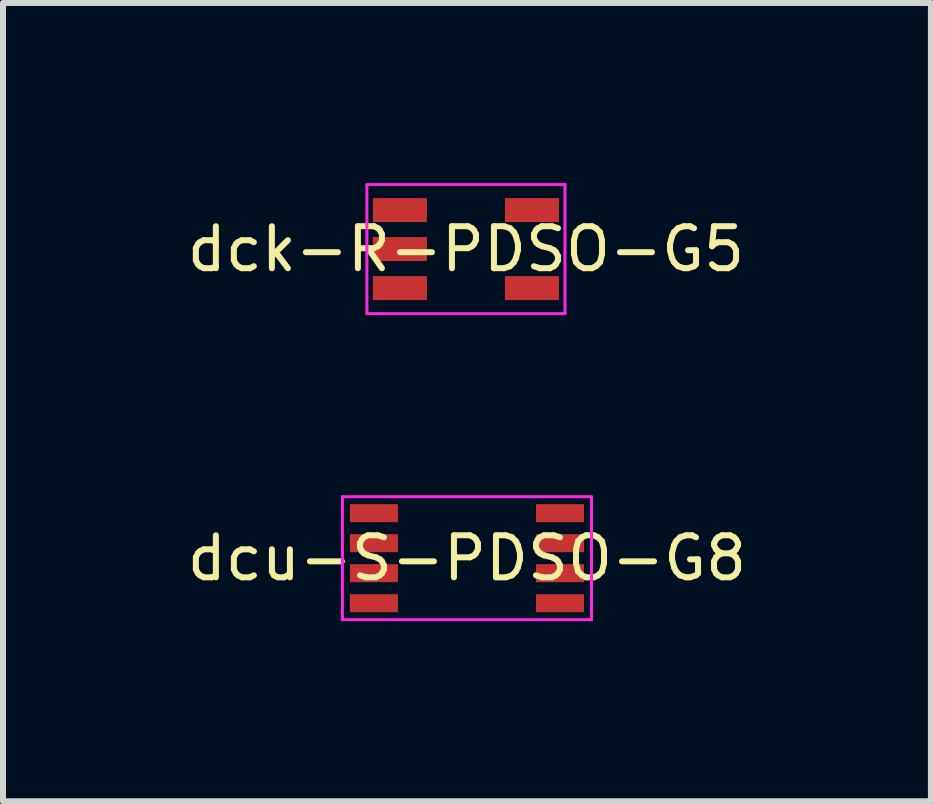
<source format=kicad_pcb>
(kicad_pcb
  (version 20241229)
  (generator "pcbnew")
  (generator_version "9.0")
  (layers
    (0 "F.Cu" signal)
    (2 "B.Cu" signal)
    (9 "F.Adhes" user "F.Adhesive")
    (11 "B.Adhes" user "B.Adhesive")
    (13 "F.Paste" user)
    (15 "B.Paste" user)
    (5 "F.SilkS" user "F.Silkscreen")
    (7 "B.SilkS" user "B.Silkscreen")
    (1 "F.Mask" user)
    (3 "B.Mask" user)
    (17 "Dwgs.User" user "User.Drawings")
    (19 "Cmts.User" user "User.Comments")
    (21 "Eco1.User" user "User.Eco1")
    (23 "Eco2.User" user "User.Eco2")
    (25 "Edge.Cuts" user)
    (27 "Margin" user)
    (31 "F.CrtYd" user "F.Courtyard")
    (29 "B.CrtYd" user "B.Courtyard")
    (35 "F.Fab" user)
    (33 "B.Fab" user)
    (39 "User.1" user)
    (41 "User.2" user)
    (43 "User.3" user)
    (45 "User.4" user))
  (footprint "dck-R-PDSO-G5"
    (layer "F.Cu")
    (at 4.713 1.1)
    (property "Reference" "dck-R-PDSO-G5" (at 0 0 0) (layer "F.SilkS") (effects (font (size 0.7 0.7) (thickness 0.1))))
    (attr through_hole)
    (fp_poly (pts (xy -1.55 -0.45) (xy -0.65 -0.45) (xy -0.65 -0.85) (xy -1.55 -0.85)) (stroke (width 0) (type solid)) (fill yes) (layer "F.Mask"))
    (fp_poly (pts (xy -1.55 0.2) (xy -0.65 0.2) (xy -0.65 -0.2) (xy -1.55 -0.2)) (stroke (width 0) (type solid)) (fill yes) (layer "F.Mask"))
    (fp_poly (pts (xy -1.55 0.85) (xy -0.65 0.85) (xy -0.65 0.45) (xy -1.55 0.45)) (stroke (width 0) (type solid)) (fill yes) (layer "F.Mask"))
    (fp_poly (pts (xy 0.65 -0.45) (xy 1.55 -0.45) (xy 1.55 -0.85) (xy 0.65 -0.85)) (stroke (width 0) (type solid)) (fill yes) (layer "F.Mask"))
    (fp_poly (pts (xy 0.65 0.85) (xy 1.55 0.85) (xy 1.55 0.45) (xy 0.65 0.45)) (stroke (width 0) (type solid)) (fill yes) (layer "F.Mask"))
    (fp_poly (pts (xy -1.55 -0.45) (xy -0.65 -0.45) (xy -0.65 -0.85) (xy -1.55 -0.85)) (stroke (width 0) (type solid)) (fill yes) (layer "F.Paste"))
    (fp_poly (pts (xy -1.55 0.2) (xy -0.65 0.2) (xy -0.65 -0.2) (xy -1.55 -0.2)) (stroke (width 0) (type solid)) (fill yes) (layer "F.Paste"))
    (fp_poly (pts (xy -1.55 0.85) (xy -0.65 0.85) (xy -0.65 0.45) (xy -1.55 0.45)) (stroke (width 0) (type solid)) (fill yes) (layer "F.Paste"))
    (fp_poly (pts (xy 0.65 -0.45) (xy 1.55 -0.45) (xy 1.55 -0.85) (xy 0.65 -0.85)) (stroke (width 0) (type solid)) (fill yes) (layer "F.Paste"))
    (fp_poly (pts (xy 0.65 0.85) (xy 1.55 0.85) (xy 1.55 0.45) (xy 0.65 0.45)) (stroke (width 0) (type solid)) (fill yes) (layer "F.Paste"))
    (fp_line (start -1.65 -1.075) (end -1.65 1.075) (stroke (width 0.05) (type solid)) (layer "F.CrtYd"))
    (fp_line (start -1.65 1.075) (end 1.65 1.075) (stroke (width 0.05) (type solid)) (layer "F.CrtYd"))
    (fp_line (start 1.65 -1.075) (end -1.65 -1.075) (stroke (width 0.05) (type solid)) (layer "F.CrtYd"))
    (fp_line (start 1.65 1.075) (end 1.65 -1.075) (stroke (width 0.05) (type solid)) (layer "F.CrtYd"))
    (pad "1" smd rect (at -1.1 -0.65) (size 0.9 0.4) (layers "F.Cu"))
    (pad "2" smd rect (at -1.1 0) (size 0.9 0.4) (layers "F.Cu"))
    (pad "3" smd rect (at -1.1 0.65) (size 0.9 0.4) (layers "F.Cu"))
    (pad "4" smd rect (at 1.1 -0.65) (size 0.9 0.4) (layers "F.Cu"))
    (pad "5" smd rect (at 1.1 0.65) (size 0.9 0.4) (layers "F.Cu")))
  (footprint "dcu-S-PDSO-G8"
    (layer "F.Cu")
    (at 4.73 6.25)
    (property "Reference" "dcu-S-PDSO-G8" (at 0 0 0) (layer "F.SilkS") (effects (font (size 0.7 0.7) (thickness 0.1))))
    (attr through_hole)
    (fp_poly (pts (xy -1.95 -0.6) (xy -1.15 -0.6) (xy -1.15 -0.9) (xy -1.95 -0.9)) (stroke (width 0) (type solid)) (fill yes) (layer "F.Mask"))
    (fp_poly (pts (xy -1.95 -0.1) (xy -1.15 -0.1) (xy -1.15 -0.4) (xy -1.95 -0.4)) (stroke (width 0) (type solid)) (fill yes) (layer "F.Mask"))
    (fp_poly (pts (xy -1.95 0.4) (xy -1.15 0.4) (xy -1.15 0.1) (xy -1.95 0.1)) (stroke (width 0) (type solid)) (fill yes) (layer "F.Mask"))
    (fp_poly (pts (xy -1.95 0.9) (xy -1.15 0.9) (xy -1.15 0.6) (xy -1.95 0.6)) (stroke (width 0) (type solid)) (fill yes) (layer "F.Mask"))
    (fp_poly (pts (xy 1.15 -0.6) (xy 1.95 -0.6) (xy 1.95 -0.9) (xy 1.15 -0.9)) (stroke (width 0) (type solid)) (fill yes) (layer "F.Mask"))
    (fp_poly (pts (xy 1.15 -0.1) (xy 1.95 -0.1) (xy 1.95 -0.4) (xy 1.15 -0.4)) (stroke (width 0) (type solid)) (fill yes) (layer "F.Mask"))
    (fp_poly (pts (xy 1.15 0.4) (xy 1.95 0.4) (xy 1.95 0.1) (xy 1.15 0.1)) (stroke (width 0) (type solid)) (fill yes) (layer "F.Mask"))
    (fp_poly (pts (xy 1.15 0.9) (xy 1.95 0.9) (xy 1.95 0.6) (xy 1.15 0.6)) (stroke (width 0) (type solid)) (fill yes) (layer "F.Mask"))
    (fp_poly (pts (xy -1.95 -0.6) (xy -1.15 -0.6) (xy -1.15 -0.9) (xy -1.95 -0.9)) (stroke (width 0) (type solid)) (fill yes) (layer "F.Paste"))
    (fp_poly (pts (xy -1.95 -0.1) (xy -1.15 -0.1) (xy -1.15 -0.4) (xy -1.95 -0.4)) (stroke (width 0) (type solid)) (fill yes) (layer "F.Paste"))
    (fp_poly (pts (xy -1.95 0.4) (xy -1.15 0.4) (xy -1.15 0.1) (xy -1.95 0.1)) (stroke (width 0) (type solid)) (fill yes) (layer "F.Paste"))
    (fp_poly (pts (xy -1.95 0.9) (xy -1.15 0.9) (xy -1.15 0.6) (xy -1.95 0.6)) (stroke (width 0) (type solid)) (fill yes) (layer "F.Paste"))
    (fp_poly (pts (xy 1.15 -0.6) (xy 1.95 -0.6) (xy 1.95 -0.9) (xy 1.15 -0.9)) (stroke (width 0) (type solid)) (fill yes) (layer "F.Paste"))
    (fp_poly (pts (xy 1.15 -0.1) (xy 1.95 -0.1) (xy 1.95 -0.4) (xy 1.15 -0.4)) (stroke (width 0) (type solid)) (fill yes) (layer "F.Paste"))
    (fp_poly (pts (xy 1.15 0.4) (xy 1.95 0.4) (xy 1.95 0.1) (xy 1.15 0.1)) (stroke (width 0) (type solid)) (fill yes) (layer "F.Paste"))
    (fp_poly (pts (xy 1.15 0.9) (xy 1.95 0.9) (xy 1.95 0.6) (xy 1.15 0.6)) (stroke (width 0) (type solid)) (fill yes) (layer "F.Paste"))
    (fp_line (start -2.075 -1.025) (end -2.075 1.025) (stroke (width 0.05) (type solid)) (layer "F.CrtYd"))
    (fp_line (start -2.075 1.025) (end 2.075 1.025) (stroke (width 0.05) (type solid)) (layer "F.CrtYd"))
    (fp_line (start 2.075 -1.025) (end -2.075 -1.025) (stroke (width 0.05) (type solid)) (layer "F.CrtYd"))
    (fp_line (start 2.075 1.025) (end 2.075 -1.025) (stroke (width 0.05) (type solid)) (layer "F.CrtYd"))
    (pad "1" smd rect (at -1.55 -0.75) (size 0.8 0.3) (layers "F.Cu"))
    (pad "2" smd rect (at -1.55 -0.25) (size 0.8 0.3) (layers "F.Cu"))
    (pad "3" smd rect (at -1.55 0.25) (size 0.8 0.3) (layers "F.Cu"))
    (pad "4" smd rect (at -1.55 0.75) (size 0.8 0.3) (layers "F.Cu"))
    (pad "5" smd rect (at 1.55 0.75) (size 0.8 0.3) (layers "F.Cu"))
    (pad "6" smd rect (at 1.55 0.25) (size 0.8 0.3) (layers "F.Cu"))
    (pad "7" smd rect (at 1.55 -0.25) (size 0.8 0.3) (layers "F.Cu"))
    (pad "8" smd rect (at 1.55 -0.75) (size 0.8 0.3) (layers "F.Cu")))
  (gr_rect
    (start -3 -3)
    (end 12.46 10.3)
    (stroke (width 0.1) (type default))
    (fill no)
    (layer "Edge.Cuts")))
</source>
